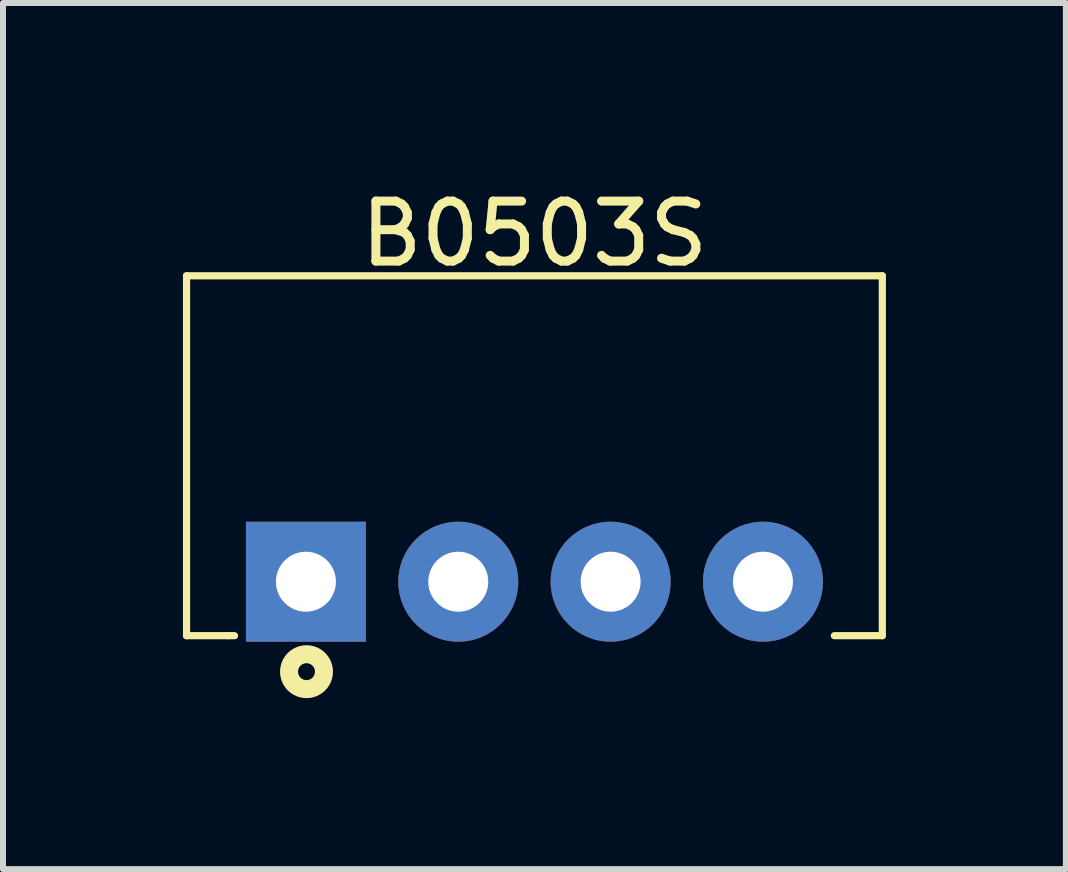
<source format=kicad_pcb>
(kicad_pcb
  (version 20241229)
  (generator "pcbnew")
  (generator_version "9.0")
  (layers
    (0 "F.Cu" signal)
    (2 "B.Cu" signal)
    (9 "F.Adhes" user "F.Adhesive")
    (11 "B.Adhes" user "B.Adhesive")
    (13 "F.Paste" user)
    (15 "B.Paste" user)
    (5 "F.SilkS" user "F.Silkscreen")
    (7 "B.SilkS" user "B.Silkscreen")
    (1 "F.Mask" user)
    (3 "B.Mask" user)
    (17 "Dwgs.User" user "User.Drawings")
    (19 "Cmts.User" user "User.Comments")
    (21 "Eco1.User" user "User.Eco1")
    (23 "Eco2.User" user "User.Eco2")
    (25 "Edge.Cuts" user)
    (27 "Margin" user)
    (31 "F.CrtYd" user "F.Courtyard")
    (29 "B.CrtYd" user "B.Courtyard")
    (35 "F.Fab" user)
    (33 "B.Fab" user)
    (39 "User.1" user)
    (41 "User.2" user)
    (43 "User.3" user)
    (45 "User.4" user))
  (footprint "B0503S"
    (layer "F.Cu")
    (at 5.86 6.648)
    (property "Reference" "B0503S" (at 0 -5.8 0) (layer "F.SilkS") (effects (font (size 1 1) (thickness 0.15))))
    (attr through_hole)
    (fp_line (start -5.8 -5.1) (end 5.8 -5.1) (stroke (width 0.12) (type solid)) (layer "F.SilkS"))
    (fp_line (start -5.8 0.9) (end -5.8 -5.1) (stroke (width 0.12) (type solid)) (layer "F.SilkS"))
    (fp_line (start -5.8 0.9) (end -5.1 0.9) (stroke (width 0.12) (type solid)) (layer "F.SilkS"))
    (fp_line (start -5.1 0.9) (end -5 0.9) (stroke (width 0.12) (type solid)) (layer "F.SilkS"))
    (fp_line (start 5.8 -5.1) (end 5.8 0.9) (stroke (width 0.12) (type solid)) (layer "F.SilkS"))
    (fp_line (start 5.8 0.9) (end 5 0.9) (stroke (width 0.12) (type solid)) (layer "F.SilkS"))
    (fp_circle (center -3.8 1.5) (end -3.659 1.5) (stroke (width 0.3) (type solid)) (fill no) (layer "F.SilkS"))
    (pad "1" thru_hole rect (at -3.81 0) (size 2 2) (drill 1) (layers "*.Cu" "*.Mask"))
    (pad "2" thru_hole circle (at -1.27 0) (size 2 2) (drill 1) (layers "*.Cu" "*.Mask"))
    (pad "3" thru_hole circle (at 1.27 0) (size 2 2) (drill 1) (layers "*.Cu" "*.Mask"))
    (pad "4" thru_hole circle (at 3.81 0) (size 2 2) (drill 1) (layers "*.Cu" "*.Mask")))
  (gr_rect
    (start -3 -3)
    (end 14.72 11.44)
    (stroke (width 0.1) (type default))
    (fill no)
    (layer "Edge.Cuts")))
</source>
